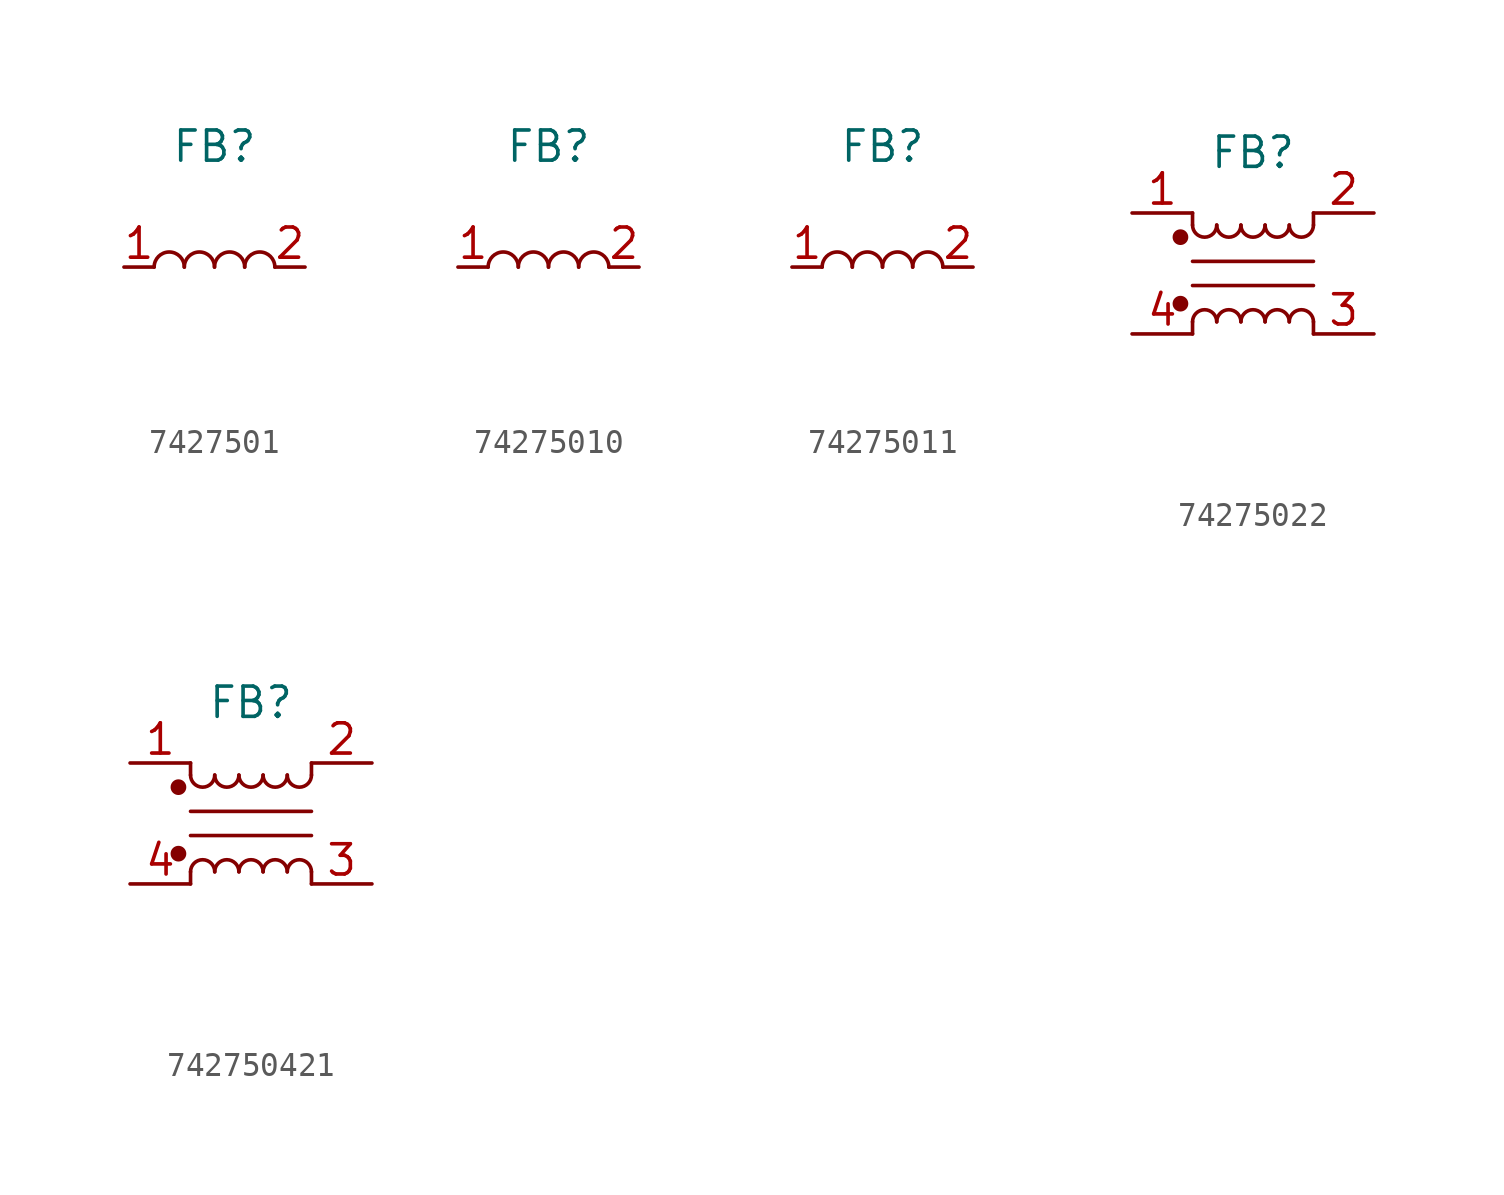
<source format=kicad_sym>
(kicad_symbol_lib
  (version 20220914)
  (generator kicad_symbol_editor)
  (symbol "7427501"
    (pin_names hide)
    (property "Reference" "FB"
      (at 0 5.08 0)
      (effects (font (size 1.27 1.27))))
    (property "Critical Parameter" ""
      (at 0 -5.08 0)
      (effects (font (size 1.27 1.27)) (justify left)))
    (symbol "7427501_0_1"
      (arc (start -1.27 0) (mid -1.905 0.6323) (end -2.54 0) (stroke (width 0) (type default)) (fill (type none)))
      (arc (start 0 0) (mid -0.635 0.6323) (end -1.27 0) (stroke (width 0) (type default)) (fill (type none)))
      (arc (start 1.27 0) (mid 0.635 0.6323) (end 0 0) (stroke (width 0) (type default)) (fill (type none)))
      (arc (start 2.54 0) (mid 1.905 0.6323) (end 1.27 0) (stroke (width 0) (type default)) (fill (type none))))
    (symbol "7427501_1_1"
      (pin passive line (at -3.81 0 0) (length 1.27) (name "1" (effects (font (size 1.27 1.27)))) (number "1" (effects (font (size 1.27 1.27)))))
      (pin passive line (at 3.81 0 180) (length 1.27) (name "2" (effects (font (size 1.27 1.27)))) (number "2" (effects (font (size 1.27 1.27)))))))
  (symbol "74275010"
    (pin_names hide)
    (property "Reference" "FB"
      (at 0 5.08 0)
      (effects (font (size 1.27 1.27))))
    (property "Critical Parameter" ""
      (at 0 -5.08 0)
      (effects (font (size 1.27 1.27)) (justify left)))
    (symbol "74275010_0_1"
      (arc (start -1.27 0) (mid -1.905 0.6323) (end -2.54 0) (stroke (width 0) (type default)) (fill (type none)))
      (arc (start 0 0) (mid -0.635 0.6323) (end -1.27 0) (stroke (width 0) (type default)) (fill (type none)))
      (arc (start 1.27 0) (mid 0.635 0.6323) (end 0 0) (stroke (width 0) (type default)) (fill (type none)))
      (arc (start 2.54 0) (mid 1.905 0.6323) (end 1.27 0) (stroke (width 0) (type default)) (fill (type none))))
    (symbol "74275010_1_1"
      (pin passive line (at -3.81 0 0) (length 1.27) (name "1" (effects (font (size 1.27 1.27)))) (number "1" (effects (font (size 1.27 1.27)))))
      (pin passive line (at 3.81 0 180) (length 1.27) (name "2" (effects (font (size 1.27 1.27)))) (number "2" (effects (font (size 1.27 1.27)))))))
  (symbol "74275011"
    (pin_names hide)
    (property "Reference" "FB"
      (at 0 5.08 0)
      (effects (font (size 1.27 1.27))))
    (property "Critical Parameter" ""
      (at 0 -5.08 0)
      (effects (font (size 1.27 1.27)) (justify left)))
    (symbol "74275011_0_1"
      (arc (start -1.27 0) (mid -1.905 0.6323) (end -2.54 0) (stroke (width 0) (type default)) (fill (type none)))
      (arc (start 0 0) (mid -0.635 0.6323) (end -1.27 0) (stroke (width 0) (type default)) (fill (type none)))
      (arc (start 1.27 0) (mid 0.635 0.6323) (end 0 0) (stroke (width 0) (type default)) (fill (type none)))
      (arc (start 2.54 0) (mid 1.905 0.6323) (end 1.27 0) (stroke (width 0) (type default)) (fill (type none))))
    (symbol "74275011_1_1"
      (pin passive line (at -3.81 0 0) (length 1.27) (name "1" (effects (font (size 1.27 1.27)))) (number "1" (effects (font (size 1.27 1.27)))))
      (pin passive line (at 3.81 0 180) (length 1.27) (name "2" (effects (font (size 1.27 1.27)))) (number "2" (effects (font (size 1.27 1.27)))))))
  (symbol "74275022"
    (pin_names hide)
    (property "Reference" "FB"
      (at 0 5.08 0)
      (effects (font (size 1.27 1.27))))
    (property "Critical Parameter" ""
      (at 0 -7.62 0)
      (effects (font (size 1.27 1.27)) (justify left)))
    (symbol "74275022_0_1"
      (circle (center -3.048 -1.27) (radius 0.254) (stroke (width 0) (type default)) (fill (type outline)))
      (circle (center -3.048 1.524) (radius 0.254) (stroke (width 0) (type default)) (fill (type outline)))
      (arc (start -2.54 2.032) (mid -2.032 1.5262) (end -1.524 2.032) (stroke (width 0) (type default)) (fill (type none)))
      (arc (start -1.524 -2.032) (mid -2.032 -1.5262) (end -2.54 -2.032) (stroke (width 0) (type default)) (fill (type none)))
      (arc (start -1.524 2.032) (mid -1.016 1.5262) (end -0.508 2.032) (stroke (width 0) (type default)) (fill (type none)))
      (arc (start -0.508 -2.032) (mid -1.016 -1.5262) (end -1.524 -2.032) (stroke (width 0) (type default)) (fill (type none)))
      (arc (start -0.508 2.032) (mid 0 1.5262) (end 0.508 2.032) (stroke (width 0) (type default)) (fill (type none)))
      (polyline (pts (xy -2.54 -2.032) (xy -2.54 -2.54)) (stroke (width 0) (type default)) (fill (type none)))
      (polyline (pts (xy -2.54 0.508) (xy 2.54 0.508)) (stroke (width 0) (type default)) (fill (type none)))
      (polyline (pts (xy -2.54 2.032) (xy -2.54 2.54)) (stroke (width 0) (type default)) (fill (type none)))
      (polyline (pts (xy 2.54 -2.032) (xy 2.54 -2.54)) (stroke (width 0) (type default)) (fill (type none)))
      (polyline (pts (xy 2.54 -0.508) (xy -2.54 -0.508)) (stroke (width 0) (type default)) (fill (type none)))
      (polyline (pts (xy 2.54 2.54) (xy 2.54 2.032)) (stroke (width 0) (type default)) (fill (type none)))
      (arc (start 0.508 -2.032) (mid 0 -1.5262) (end -0.508 -2.032) (stroke (width 0) (type default)) (fill (type none)))
      (arc (start 0.508 2.032) (mid 1.016 1.5262) (end 1.524 2.032) (stroke (width 0) (type default)) (fill (type none)))
      (arc (start 1.524 -2.032) (mid 1.016 -1.5262) (end 0.508 -2.032) (stroke (width 0) (type default)) (fill (type none)))
      (arc (start 1.524 2.032) (mid 2.032 1.5262) (end 2.54 2.032) (stroke (width 0) (type default)) (fill (type none)))
      (arc (start 2.54 -2.032) (mid 2.032 -1.5262) (end 1.524 -2.032) (stroke (width 0) (type default)) (fill (type none))))
    (symbol "74275022_1_1"
      (pin passive line (at -5.08 2.54 0) (length 2.54) (name "1" (effects (font (size 1.27 1.27)))) (number "1" (effects (font (size 1.27 1.27)))))
      (pin passive line (at 5.08 2.54 180) (length 2.54) (name "2" (effects (font (size 1.27 1.27)))) (number "2" (effects (font (size 1.27 1.27)))))
      (pin passive line (at 5.08 -2.54 180) (length 2.54) (name "3" (effects (font (size 1.27 1.27)))) (number "3" (effects (font (size 1.27 1.27)))))
      (pin passive line (at -5.08 -2.54 0) (length 2.54) (name "4" (effects (font (size 1.27 1.27)))) (number "4" (effects (font (size 1.27 1.27)))))))
  (symbol "742750421"
    (pin_names hide)
    (property "Reference" "FB"
      (at 0 5.08 0)
      (effects (font (size 1.27 1.27))))
    (property "Critical Parameter" ""
      (at 0 -7.62 0)
      (effects (font (size 1.27 1.27)) (justify left)))
    (symbol "742750421_0_1"
      (circle (center -3.048 -1.27) (radius 0.254) (stroke (width 0) (type default)) (fill (type outline)))
      (circle (center -3.048 1.524) (radius 0.254) (stroke (width 0) (type default)) (fill (type outline)))
      (arc (start -2.54 2.032) (mid -2.032 1.5262) (end -1.524 2.032) (stroke (width 0) (type default)) (fill (type none)))
      (arc (start -1.524 -2.032) (mid -2.032 -1.5262) (end -2.54 -2.032) (stroke (width 0) (type default)) (fill (type none)))
      (arc (start -1.524 2.032) (mid -1.016 1.5262) (end -0.508 2.032) (stroke (width 0) (type default)) (fill (type none)))
      (arc (start -0.508 -2.032) (mid -1.016 -1.5262) (end -1.524 -2.032) (stroke (width 0) (type default)) (fill (type none)))
      (arc (start -0.508 2.032) (mid 0 1.5262) (end 0.508 2.032) (stroke (width 0) (type default)) (fill (type none)))
      (polyline (pts (xy -2.54 -2.032) (xy -2.54 -2.54)) (stroke (width 0) (type default)) (fill (type none)))
      (polyline (pts (xy -2.54 0.508) (xy 2.54 0.508)) (stroke (width 0) (type default)) (fill (type none)))
      (polyline (pts (xy -2.54 2.032) (xy -2.54 2.54)) (stroke (width 0) (type default)) (fill (type none)))
      (polyline (pts (xy 2.54 -2.032) (xy 2.54 -2.54)) (stroke (width 0) (type default)) (fill (type none)))
      (polyline (pts (xy 2.54 -0.508) (xy -2.54 -0.508)) (stroke (width 0) (type default)) (fill (type none)))
      (polyline (pts (xy 2.54 2.54) (xy 2.54 2.032)) (stroke (width 0) (type default)) (fill (type none)))
      (arc (start 0.508 -2.032) (mid 0 -1.5262) (end -0.508 -2.032) (stroke (width 0) (type default)) (fill (type none)))
      (arc (start 0.508 2.032) (mid 1.016 1.5262) (end 1.524 2.032) (stroke (width 0) (type default)) (fill (type none)))
      (arc (start 1.524 -2.032) (mid 1.016 -1.5262) (end 0.508 -2.032) (stroke (width 0) (type default)) (fill (type none)))
      (arc (start 1.524 2.032) (mid 2.032 1.5262) (end 2.54 2.032) (stroke (width 0) (type default)) (fill (type none)))
      (arc (start 2.54 -2.032) (mid 2.032 -1.5262) (end 1.524 -2.032) (stroke (width 0) (type default)) (fill (type none))))
    (symbol "742750421_1_1"
      (pin passive line (at -5.08 2.54 0) (length 2.54) (name "1" (effects (font (size 1.27 1.27)))) (number "1" (effects (font (size 1.27 1.27)))))
      (pin passive line (at 5.08 2.54 180) (length 2.54) (name "2" (effects (font (size 1.27 1.27)))) (number "2" (effects (font (size 1.27 1.27)))))
      (pin passive line (at 5.08 -2.54 180) (length 2.54) (name "3" (effects (font (size 1.27 1.27)))) (number "3" (effects (font (size 1.27 1.27)))))
      (pin passive line (at -5.08 -2.54 0) (length 2.54) (name "4" (effects (font (size 1.27 1.27)))) (number "4" (effects (font (size 1.27 1.27))))))))
</source>
